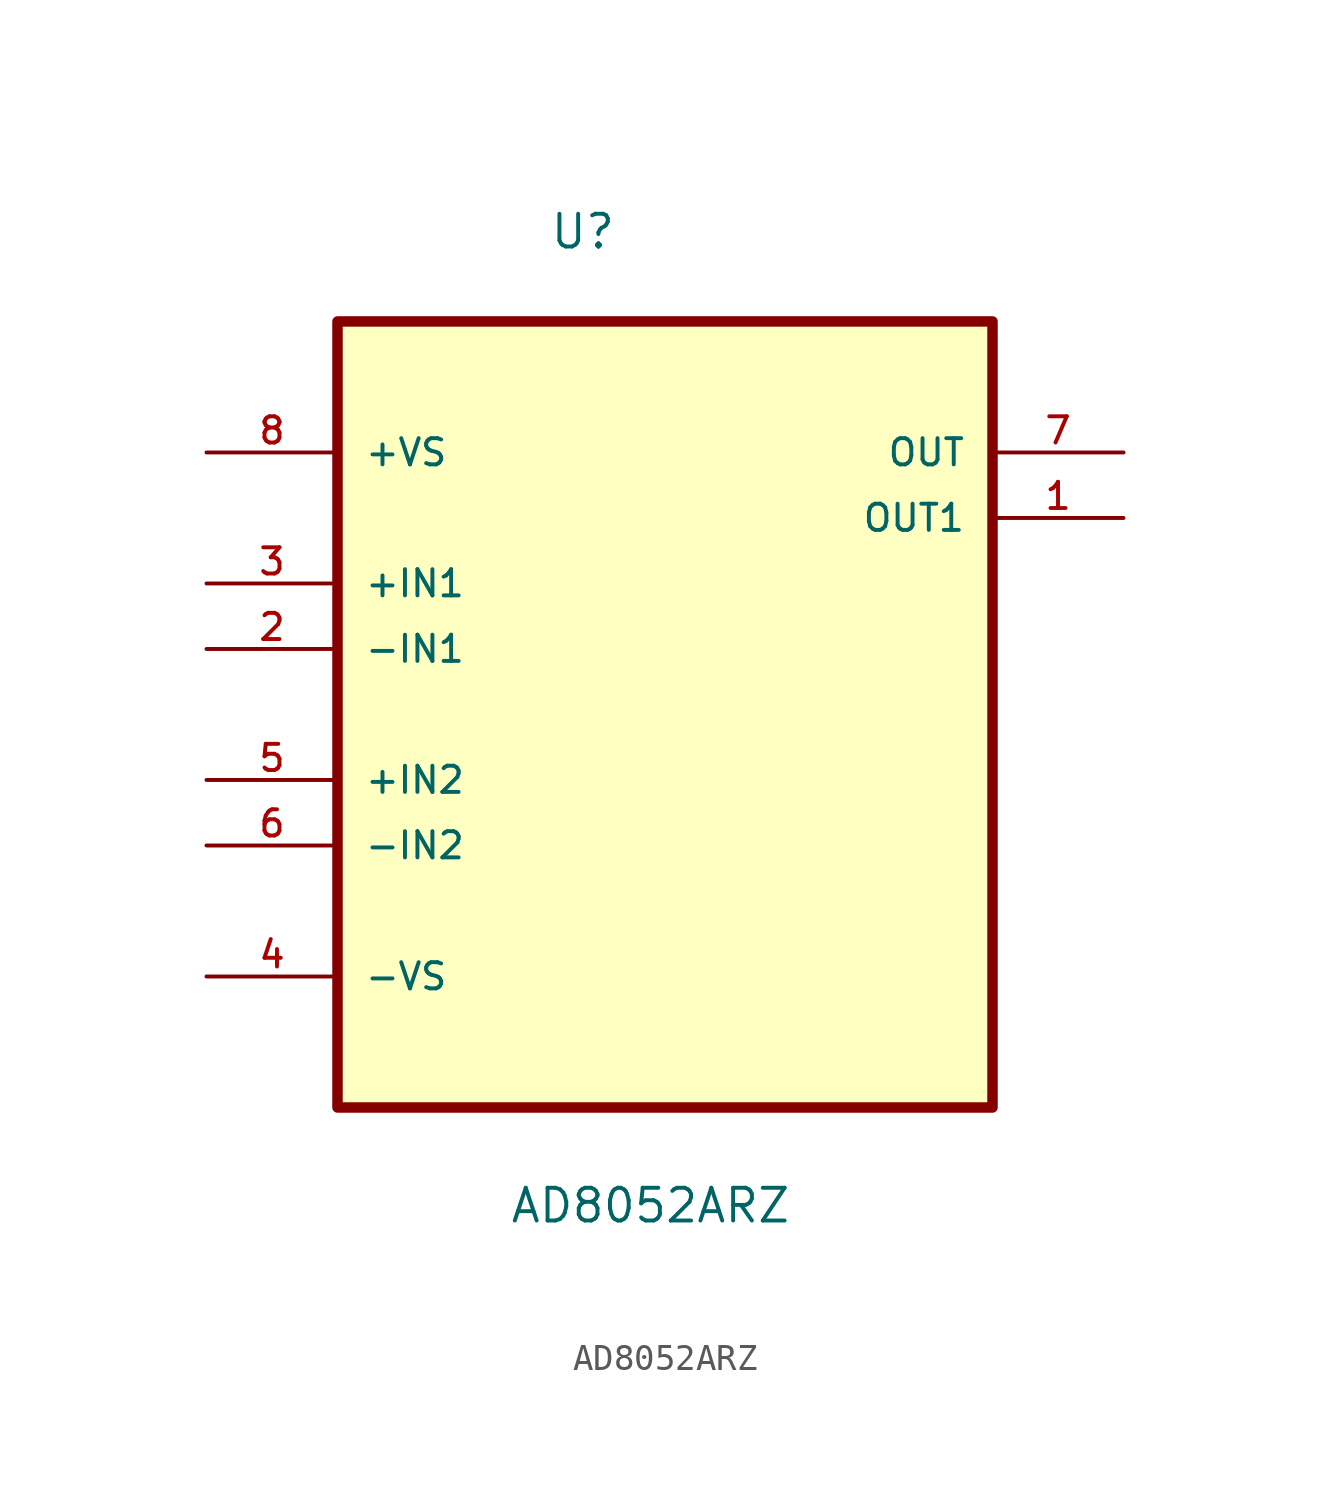
<source format=kicad_sym>
(kicad_symbol_lib
  (version 20211014)
  (generator kicad_symbol_editor)
  (symbol "AD8052ARZ"
    (pin_names
      (offset 1.016))
    (property "Reference" "U"
      (at -4.496 15.443 0.0)
      (effects (font (size 1.27 1.27)) (justify bottom left)))
    (property "Value" "AD8052ARZ"
      (at -6.045 -22.327 0.0)
      (effects (font (size 1.27 1.27)) (justify bottom left)))
    (symbol "AD8052ARZ_0_0"
      (rectangle (start -12.7 -17.78) (end 12.7 12.7) (stroke (width 0.406)) (fill (type background)))
      (pin power_in line (at -17.78 7.62 0) (length 5.08) (name "+VS" (effects (font (size 1.016 1.016)))) (number "8" (effects (font (size 1.016 1.016)))))
      (pin input line (at -17.78 2.54 0) (length 5.08) (name "+IN1" (effects (font (size 1.016 1.016)))) (number "3" (effects (font (size 1.016 1.016)))))
      (pin input line (at -17.78 0.0 0) (length 5.08) (name "-IN1" (effects (font (size 1.016 1.016)))) (number "2" (effects (font (size 1.016 1.016)))))
      (pin input line (at -17.78 -5.08 0) (length 5.08) (name "+IN2" (effects (font (size 1.016 1.016)))) (number "5" (effects (font (size 1.016 1.016)))))
      (pin input line (at -17.78 -7.62 0) (length 5.08) (name "-IN2" (effects (font (size 1.016 1.016)))) (number "6" (effects (font (size 1.016 1.016)))))
      (pin power_in line (at -17.78 -12.7 0) (length 5.08) (name "-VS" (effects (font (size 1.016 1.016)))) (number "4" (effects (font (size 1.016 1.016)))))
      (pin output line (at 17.78 7.62 180.0) (length 5.08) (name "OUT" (effects (font (size 1.016 1.016)))) (number "7" (effects (font (size 1.016 1.016)))))
      (pin output line (at 17.78 5.08 180.0) (length 5.08) (name "OUT1" (effects (font (size 1.016 1.016)))) (number "1" (effects (font (size 1.016 1.016))))))))
</source>
